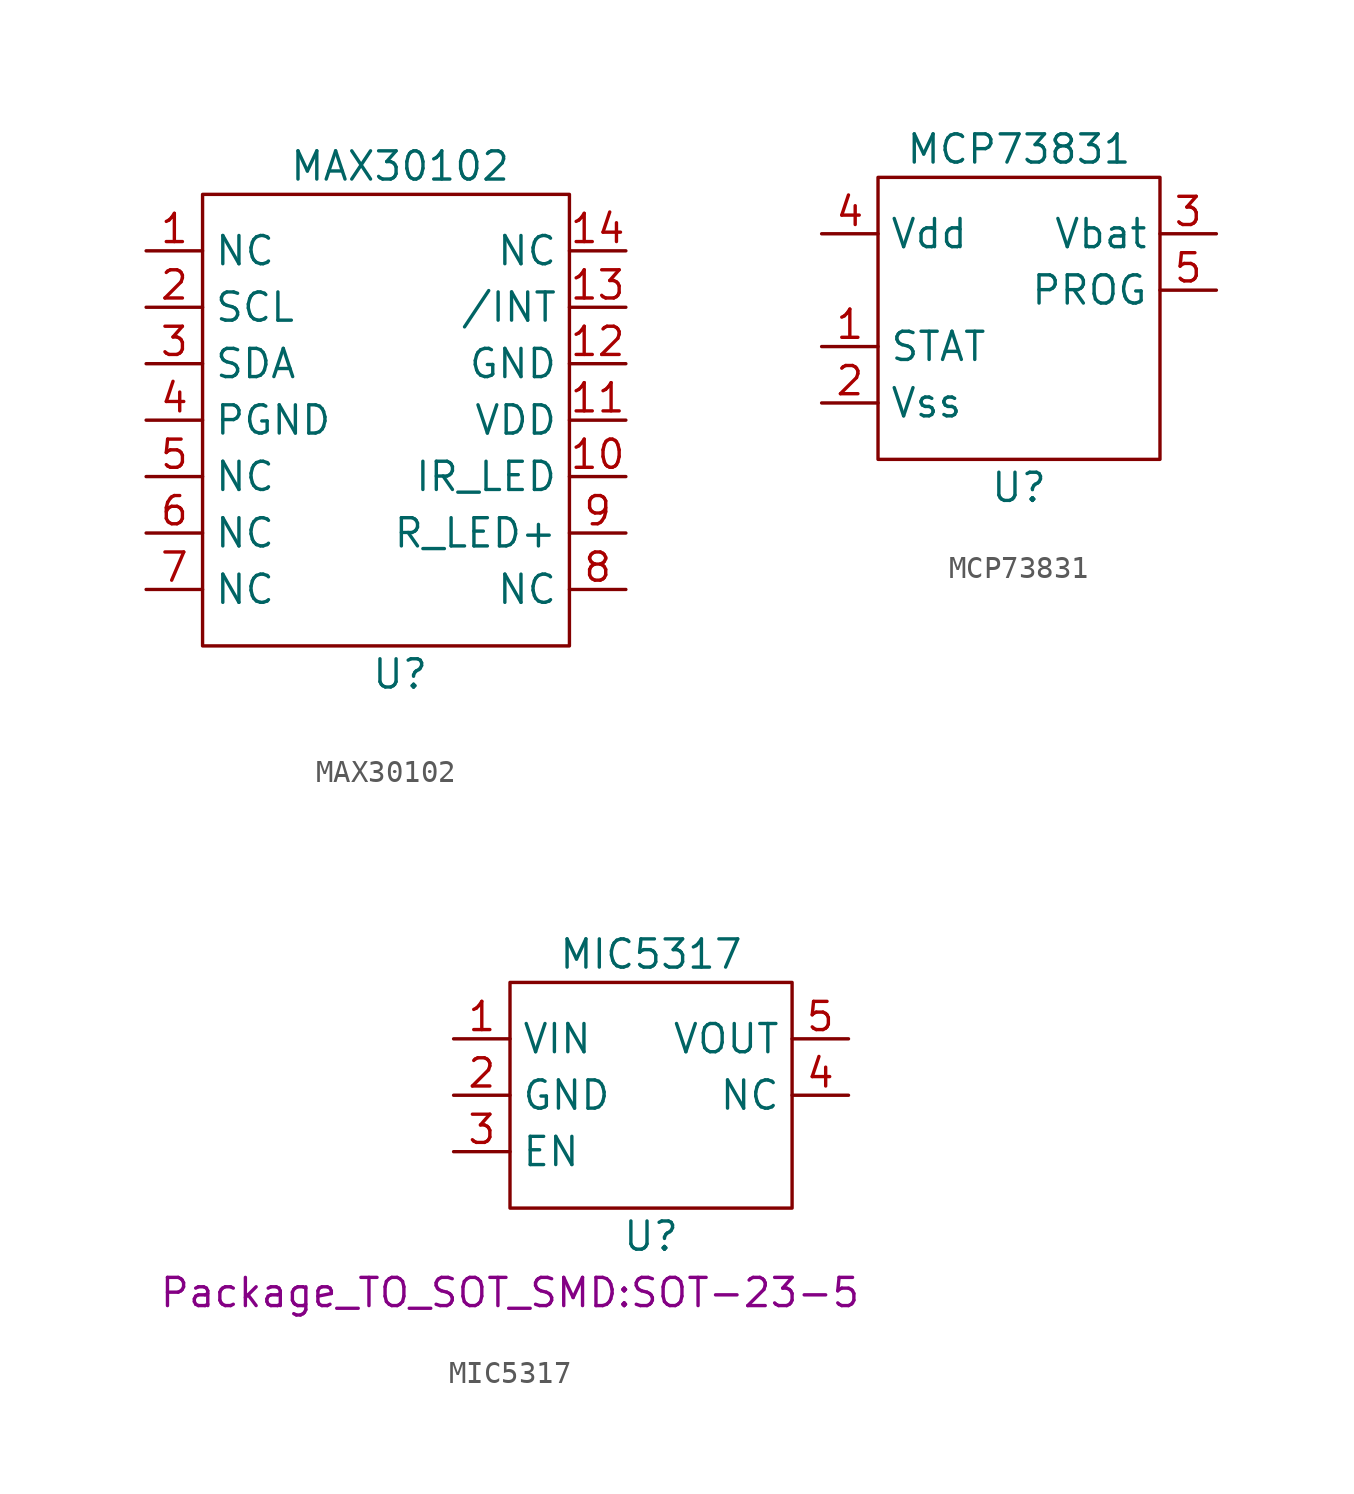
<source format=kicad_sym>
(kicad_symbol_lib
  (version 20211014)
  (generator kicad_symbol_editor)
  (symbol "MAX30102"
    (property "Reference" "U"
      (at 0 -11.43 0)
      (effects (font (size 1.27 1.27))))
    (property "Value" "MAX30102"
      (at 0 11.43 0)
      (effects (font (size 1.27 1.27))))
    (symbol "MAX30102_0_1"
      (rectangle (start -8.89 10.16) (end 7.62 -10.16) (stroke (width 0) (type default) (color 0 0 0 0)) (fill (type none))))
    (symbol "MAX30102_1_1"
      (pin input line (at -11.43 7.62 0) (length 2.54) (name "NC" (effects (font (size 1.27 1.27)))) (number "1" (effects (font (size 1.27 1.27)))))
      (pin input line (at 10.16 -2.54 180) (length 2.54) (name "IR_LED" (effects (font (size 1.27 1.27)))) (number "10" (effects (font (size 1.27 1.27)))))
      (pin input line (at 10.16 0 180) (length 2.54) (name "VDD" (effects (font (size 1.27 1.27)))) (number "11" (effects (font (size 1.27 1.27)))))
      (pin input line (at 10.16 2.54 180) (length 2.54) (name "GND" (effects (font (size 1.27 1.27)))) (number "12" (effects (font (size 1.27 1.27)))))
      (pin input line (at 10.16 5.08 180) (length 2.54) (name "/INT" (effects (font (size 1.27 1.27)))) (number "13" (effects (font (size 1.27 1.27)))))
      (pin input line (at 10.16 7.62 180) (length 2.54) (name "NC" (effects (font (size 1.27 1.27)))) (number "14" (effects (font (size 1.27 1.27)))))
      (pin input line (at -11.43 5.08 0) (length 2.54) (name "SCL" (effects (font (size 1.27 1.27)))) (number "2" (effects (font (size 1.27 1.27)))))
      (pin input line (at -11.43 2.54 0) (length 2.54) (name "SDA" (effects (font (size 1.27 1.27)))) (number "3" (effects (font (size 1.27 1.27)))))
      (pin input line (at -11.43 0 0) (length 2.54) (name "PGND" (effects (font (size 1.27 1.27)))) (number "4" (effects (font (size 1.27 1.27)))))
      (pin input line (at -11.43 -2.54 0) (length 2.54) (name "NC" (effects (font (size 1.27 1.27)))) (number "5" (effects (font (size 1.27 1.27)))))
      (pin input line (at -11.43 -5.08 0) (length 2.54) (name "NC" (effects (font (size 1.27 1.27)))) (number "6" (effects (font (size 1.27 1.27)))))
      (pin input line (at -11.43 -7.62 0) (length 2.54) (name "NC" (effects (font (size 1.27 1.27)))) (number "7" (effects (font (size 1.27 1.27)))))
      (pin input line (at 10.16 -7.62 180) (length 2.54) (name "NC" (effects (font (size 1.27 1.27)))) (number "8" (effects (font (size 1.27 1.27)))))
      (pin input line (at 10.16 -5.08 180) (length 2.54) (name "R_LED+" (effects (font (size 1.27 1.27)))) (number "9" (effects (font (size 1.27 1.27)))))))
  (symbol "MCP73831"
    (property "Reference" "U"
      (at 0 -7.62 0)
      (effects (font (size 1.27 1.27))))
    (property "Value" "MCP73831"
      (at 0 7.62 0)
      (effects (font (size 1.27 1.27))))
    (symbol "MCP73831_0_1"
      (rectangle (start -6.35 6.35) (end 6.35 -6.35) (stroke (width 0) (type default) (color 0 0 0 0)) (fill (type none))))
    (symbol "MCP73831_1_1"
      (pin input line (at -8.89 -1.27 0) (length 2.54) (name "STAT" (effects (font (size 1.27 1.27)))) (number "1" (effects (font (size 1.27 1.27)))))
      (pin input line (at -8.89 -3.81 0) (length 2.54) (name "Vss" (effects (font (size 1.27 1.27)))) (number "2" (effects (font (size 1.27 1.27)))))
      (pin input line (at 8.89 3.81 180) (length 2.54) (name "Vbat" (effects (font (size 1.27 1.27)))) (number "3" (effects (font (size 1.27 1.27)))))
      (pin input line (at -8.89 3.81 0) (length 2.54) (name "Vdd" (effects (font (size 1.27 1.27)))) (number "4" (effects (font (size 1.27 1.27)))))
      (pin input line (at 8.89 1.27 180) (length 2.54) (name "PROG" (effects (font (size 1.27 1.27)))) (number "5" (effects (font (size 1.27 1.27)))))))
  (symbol "MIC5317"
    (property "Reference" "U"
      (at 0 -6.35 0)
      (effects (font (size 1.27 1.27))))
    (property "Value" "MIC5317"
      (at 0 6.35 0)
      (effects (font (size 1.27 1.27))))
    (property "Footprint" "Package_TO_SOT_SMD:SOT-23-5"
      (at -6.35 -8.89 0)
      (effects (font (size 1.27 1.27))))
    (symbol "MIC5317_0_1"
      (rectangle (start -6.35 5.08) (end 6.35 -5.08) (stroke (width 0) (type default) (color 0 0 0 0)) (fill (type none))))
    (symbol "MIC5317_1_1"
      (pin input line (at -8.89 2.54 0) (length 2.54) (name "VIN" (effects (font (size 1.27 1.27)))) (number "1" (effects (font (size 1.27 1.27)))))
      (pin input line (at -8.89 0 0) (length 2.54) (name "GND" (effects (font (size 1.27 1.27)))) (number "2" (effects (font (size 1.27 1.27)))))
      (pin input line (at -8.89 -2.54 0) (length 2.54) (name "EN" (effects (font (size 1.27 1.27)))) (number "3" (effects (font (size 1.27 1.27)))))
      (pin input line (at 8.89 0 180) (length 2.54) (name "NC" (effects (font (size 1.27 1.27)))) (number "4" (effects (font (size 1.27 1.27)))))
      (pin input line (at 8.89 2.54 180) (length 2.54) (name "VOUT" (effects (font (size 1.27 1.27)))) (number "5" (effects (font (size 1.27 1.27))))))))
</source>
